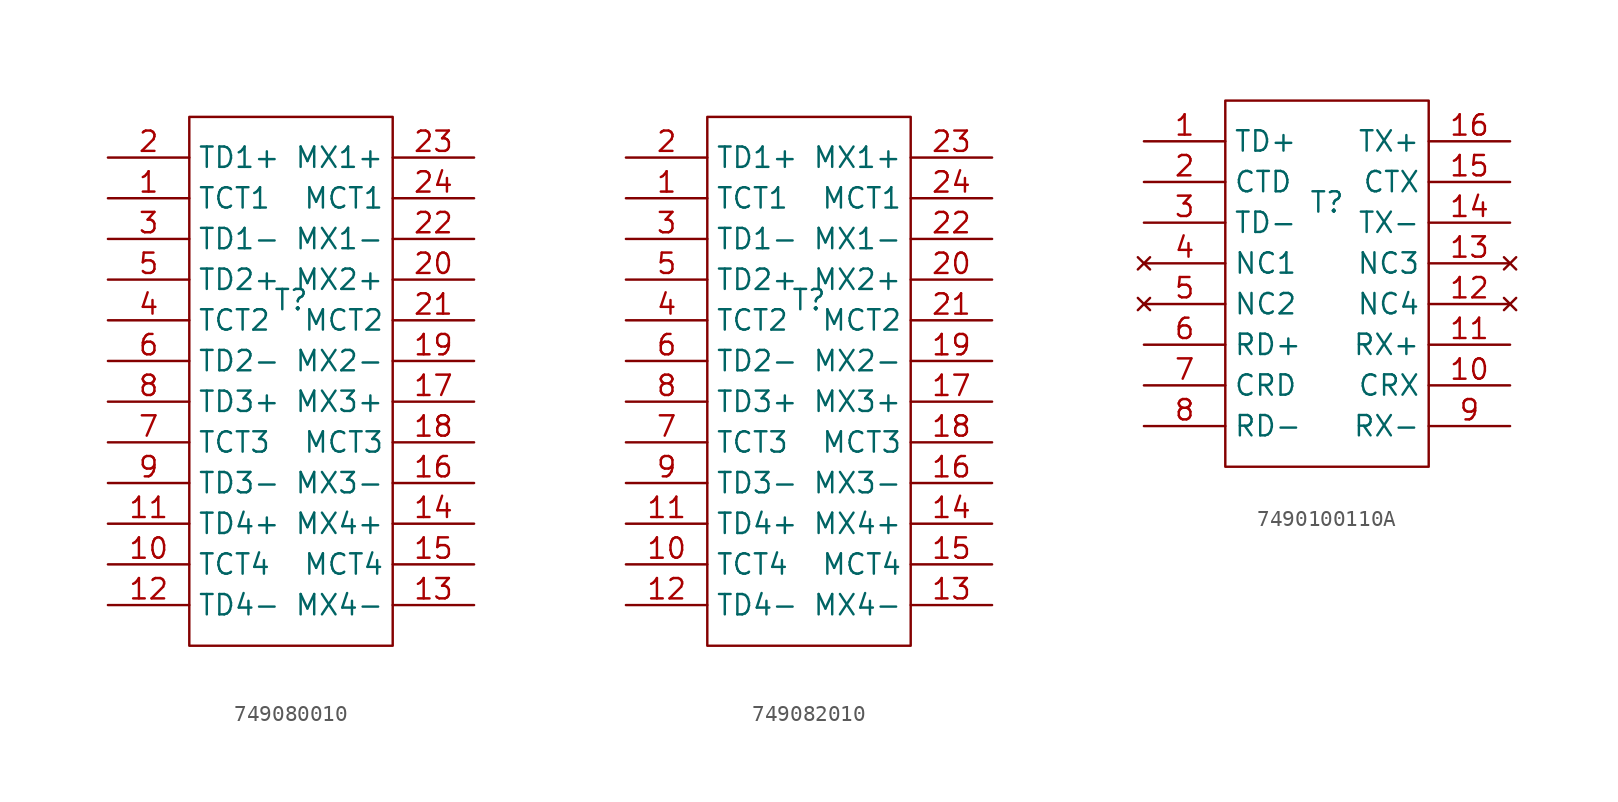
<source format=kicad_sym>
(kicad_symbol_lib
  (version 20220914)
  (generator kicad_symbol_editor)
  (symbol "749080010"
    (property "Reference" "T"
      (at 0 5.08 0)
      (effects (font (size 1.27 1.27))))
    (property "Critical Parameter" ""
      (at 0 -5.08 0)
      (effects (font (size 1.27 1.27)) (justify left)))
    (symbol "749080010_0_1"
      (rectangle (start -6.35 16.51) (end 6.35 -16.51) (stroke (width 0) (type default)) (fill (type none))))
    (symbol "749080010_1_1"
      (pin passive line (at -11.43 11.43 0) (length 5.08) (name "TCT1" (effects (font (size 1.27 1.27)))) (number "1" (effects (font (size 1.27 1.27)))))
      (pin passive line (at -11.43 -11.43 0) (length 5.08) (name "TCT4" (effects (font (size 1.27 1.27)))) (number "10" (effects (font (size 1.27 1.27)))))
      (pin passive line (at -11.43 -8.89 0) (length 5.08) (name "TD4+" (effects (font (size 1.27 1.27)))) (number "11" (effects (font (size 1.27 1.27)))))
      (pin passive line (at -11.43 -13.97 0) (length 5.08) (name "TD4-" (effects (font (size 1.27 1.27)))) (number "12" (effects (font (size 1.27 1.27)))))
      (pin passive line (at 11.43 -13.97 180) (length 5.08) (name "MX4-" (effects (font (size 1.27 1.27)))) (number "13" (effects (font (size 1.27 1.27)))))
      (pin passive line (at 11.43 -8.89 180) (length 5.08) (name "MX4+" (effects (font (size 1.27 1.27)))) (number "14" (effects (font (size 1.27 1.27)))))
      (pin passive line (at 11.43 -11.43 180) (length 5.08) (name "MCT4" (effects (font (size 1.27 1.27)))) (number "15" (effects (font (size 1.27 1.27)))))
      (pin passive line (at 11.43 -6.35 180) (length 5.08) (name "MX3-" (effects (font (size 1.27 1.27)))) (number "16" (effects (font (size 1.27 1.27)))))
      (pin passive line (at 11.43 -1.27 180) (length 5.08) (name "MX3+" (effects (font (size 1.27 1.27)))) (number "17" (effects (font (size 1.27 1.27)))))
      (pin passive line (at 11.43 -3.81 180) (length 5.08) (name "MCT3" (effects (font (size 1.27 1.27)))) (number "18" (effects (font (size 1.27 1.27)))))
      (pin passive line (at 11.43 1.27 180) (length 5.08) (name "MX2-" (effects (font (size 1.27 1.27)))) (number "19" (effects (font (size 1.27 1.27)))))
      (pin passive line (at -11.43 13.97 0) (length 5.08) (name "TD1+" (effects (font (size 1.27 1.27)))) (number "2" (effects (font (size 1.27 1.27)))))
      (pin passive line (at 11.43 6.35 180) (length 5.08) (name "MX2+" (effects (font (size 1.27 1.27)))) (number "20" (effects (font (size 1.27 1.27)))))
      (pin passive line (at 11.43 3.81 180) (length 5.08) (name "MCT2" (effects (font (size 1.27 1.27)))) (number "21" (effects (font (size 1.27 1.27)))))
      (pin passive line (at 11.43 8.89 180) (length 5.08) (name "MX1-" (effects (font (size 1.27 1.27)))) (number "22" (effects (font (size 1.27 1.27)))))
      (pin passive line (at 11.43 13.97 180) (length 5.08) (name "MX1+" (effects (font (size 1.27 1.27)))) (number "23" (effects (font (size 1.27 1.27)))))
      (pin passive line (at 11.43 11.43 180) (length 5.08) (name "MCT1" (effects (font (size 1.27 1.27)))) (number "24" (effects (font (size 1.27 1.27)))))
      (pin passive line (at -11.43 8.89 0) (length 5.08) (name "TD1-" (effects (font (size 1.27 1.27)))) (number "3" (effects (font (size 1.27 1.27)))))
      (pin passive line (at -11.43 3.81 0) (length 5.08) (name "TCT2" (effects (font (size 1.27 1.27)))) (number "4" (effects (font (size 1.27 1.27)))))
      (pin passive line (at -11.43 6.35 0) (length 5.08) (name "TD2+" (effects (font (size 1.27 1.27)))) (number "5" (effects (font (size 1.27 1.27)))))
      (pin passive line (at -11.43 1.27 0) (length 5.08) (name "TD2-" (effects (font (size 1.27 1.27)))) (number "6" (effects (font (size 1.27 1.27)))))
      (pin passive line (at -11.43 -3.81 0) (length 5.08) (name "TCT3" (effects (font (size 1.27 1.27)))) (number "7" (effects (font (size 1.27 1.27)))))
      (pin passive line (at -11.43 -1.27 0) (length 5.08) (name "TD3+" (effects (font (size 1.27 1.27)))) (number "8" (effects (font (size 1.27 1.27)))))
      (pin passive line (at -11.43 -6.35 0) (length 5.08) (name "TD3-" (effects (font (size 1.27 1.27)))) (number "9" (effects (font (size 1.27 1.27)))))))
  (symbol "749082010"
    (property "Reference" "T"
      (at 0 5.08 0)
      (effects (font (size 1.27 1.27))))
    (property "Critical Parameter" ""
      (at 0 -5.08 0)
      (effects (font (size 1.27 1.27)) (justify left)))
    (symbol "749082010_0_1"
      (rectangle (start -6.35 16.51) (end 6.35 -16.51) (stroke (width 0) (type default)) (fill (type none))))
    (symbol "749082010_1_1"
      (pin passive line (at -11.43 11.43 0) (length 5.08) (name "TCT1" (effects (font (size 1.27 1.27)))) (number "1" (effects (font (size 1.27 1.27)))))
      (pin passive line (at -11.43 -11.43 0) (length 5.08) (name "TCT4" (effects (font (size 1.27 1.27)))) (number "10" (effects (font (size 1.27 1.27)))))
      (pin passive line (at -11.43 -8.89 0) (length 5.08) (name "TD4+" (effects (font (size 1.27 1.27)))) (number "11" (effects (font (size 1.27 1.27)))))
      (pin passive line (at -11.43 -13.97 0) (length 5.08) (name "TD4-" (effects (font (size 1.27 1.27)))) (number "12" (effects (font (size 1.27 1.27)))))
      (pin passive line (at 11.43 -13.97 180) (length 5.08) (name "MX4-" (effects (font (size 1.27 1.27)))) (number "13" (effects (font (size 1.27 1.27)))))
      (pin passive line (at 11.43 -8.89 180) (length 5.08) (name "MX4+" (effects (font (size 1.27 1.27)))) (number "14" (effects (font (size 1.27 1.27)))))
      (pin passive line (at 11.43 -11.43 180) (length 5.08) (name "MCT4" (effects (font (size 1.27 1.27)))) (number "15" (effects (font (size 1.27 1.27)))))
      (pin passive line (at 11.43 -6.35 180) (length 5.08) (name "MX3-" (effects (font (size 1.27 1.27)))) (number "16" (effects (font (size 1.27 1.27)))))
      (pin passive line (at 11.43 -1.27 180) (length 5.08) (name "MX3+" (effects (font (size 1.27 1.27)))) (number "17" (effects (font (size 1.27 1.27)))))
      (pin passive line (at 11.43 -3.81 180) (length 5.08) (name "MCT3" (effects (font (size 1.27 1.27)))) (number "18" (effects (font (size 1.27 1.27)))))
      (pin passive line (at 11.43 1.27 180) (length 5.08) (name "MX2-" (effects (font (size 1.27 1.27)))) (number "19" (effects (font (size 1.27 1.27)))))
      (pin passive line (at -11.43 13.97 0) (length 5.08) (name "TD1+" (effects (font (size 1.27 1.27)))) (number "2" (effects (font (size 1.27 1.27)))))
      (pin passive line (at 11.43 6.35 180) (length 5.08) (name "MX2+" (effects (font (size 1.27 1.27)))) (number "20" (effects (font (size 1.27 1.27)))))
      (pin passive line (at 11.43 3.81 180) (length 5.08) (name "MCT2" (effects (font (size 1.27 1.27)))) (number "21" (effects (font (size 1.27 1.27)))))
      (pin passive line (at 11.43 8.89 180) (length 5.08) (name "MX1-" (effects (font (size 1.27 1.27)))) (number "22" (effects (font (size 1.27 1.27)))))
      (pin passive line (at 11.43 13.97 180) (length 5.08) (name "MX1+" (effects (font (size 1.27 1.27)))) (number "23" (effects (font (size 1.27 1.27)))))
      (pin passive line (at 11.43 11.43 180) (length 5.08) (name "MCT1" (effects (font (size 1.27 1.27)))) (number "24" (effects (font (size 1.27 1.27)))))
      (pin passive line (at -11.43 8.89 0) (length 5.08) (name "TD1-" (effects (font (size 1.27 1.27)))) (number "3" (effects (font (size 1.27 1.27)))))
      (pin passive line (at -11.43 3.81 0) (length 5.08) (name "TCT2" (effects (font (size 1.27 1.27)))) (number "4" (effects (font (size 1.27 1.27)))))
      (pin passive line (at -11.43 6.35 0) (length 5.08) (name "TD2+" (effects (font (size 1.27 1.27)))) (number "5" (effects (font (size 1.27 1.27)))))
      (pin passive line (at -11.43 1.27 0) (length 5.08) (name "TD2-" (effects (font (size 1.27 1.27)))) (number "6" (effects (font (size 1.27 1.27)))))
      (pin passive line (at -11.43 -3.81 0) (length 5.08) (name "TCT3" (effects (font (size 1.27 1.27)))) (number "7" (effects (font (size 1.27 1.27)))))
      (pin passive line (at -11.43 -1.27 0) (length 5.08) (name "TD3+" (effects (font (size 1.27 1.27)))) (number "8" (effects (font (size 1.27 1.27)))))
      (pin passive line (at -11.43 -6.35 0) (length 5.08) (name "TD3-" (effects (font (size 1.27 1.27)))) (number "9" (effects (font (size 1.27 1.27)))))))
  (symbol "7490100110A"
    (property "Reference" "T"
      (at 0 5.08 0)
      (effects (font (size 1.27 1.27))))
    (property "Critical Parameter" ""
      (at 0 -5.08 0)
      (effects (font (size 1.27 1.27)) (justify left)))
    (symbol "7490100110A_0_1"
      (rectangle (start -6.35 11.43) (end 6.35 -11.43) (stroke (width 0) (type default)) (fill (type none))))
    (symbol "7490100110A_1_1"
      (pin passive line (at -11.43 8.89 0) (length 5.08) (name "TD+" (effects (font (size 1.27 1.27)))) (number "1" (effects (font (size 1.27 1.27)))))
      (pin passive line (at 11.43 -6.35 180) (length 5.08) (name "CRX" (effects (font (size 1.27 1.27)))) (number "10" (effects (font (size 1.27 1.27)))))
      (pin passive line (at 11.43 -3.81 180) (length 5.08) (name "RX+" (effects (font (size 1.27 1.27)))) (number "11" (effects (font (size 1.27 1.27)))))
      (pin no_connect line (at 11.43 -1.27 180) (length 5.08) (name "NC4" (effects (font (size 1.27 1.27)))) (number "12" (effects (font (size 1.27 1.27)))))
      (pin no_connect line (at 11.43 1.27 180) (length 5.08) (name "NC3" (effects (font (size 1.27 1.27)))) (number "13" (effects (font (size 1.27 1.27)))))
      (pin passive line (at 11.43 3.81 180) (length 5.08) (name "TX-" (effects (font (size 1.27 1.27)))) (number "14" (effects (font (size 1.27 1.27)))))
      (pin passive line (at 11.43 6.35 180) (length 5.08) (name "CTX" (effects (font (size 1.27 1.27)))) (number "15" (effects (font (size 1.27 1.27)))))
      (pin passive line (at 11.43 8.89 180) (length 5.08) (name "TX+" (effects (font (size 1.27 1.27)))) (number "16" (effects (font (size 1.27 1.27)))))
      (pin passive line (at -11.43 6.35 0) (length 5.08) (name "CTD" (effects (font (size 1.27 1.27)))) (number "2" (effects (font (size 1.27 1.27)))))
      (pin passive line (at -11.43 3.81 0) (length 5.08) (name "TD-" (effects (font (size 1.27 1.27)))) (number "3" (effects (font (size 1.27 1.27)))))
      (pin no_connect line (at -11.43 1.27 0) (length 5.08) (name "NC1" (effects (font (size 1.27 1.27)))) (number "4" (effects (font (size 1.27 1.27)))))
      (pin no_connect line (at -11.43 -1.27 0) (length 5.08) (name "NC2" (effects (font (size 1.27 1.27)))) (number "5" (effects (font (size 1.27 1.27)))))
      (pin passive line (at -11.43 -3.81 0) (length 5.08) (name "RD+" (effects (font (size 1.27 1.27)))) (number "6" (effects (font (size 1.27 1.27)))))
      (pin passive line (at -11.43 -6.35 0) (length 5.08) (name "CRD" (effects (font (size 1.27 1.27)))) (number "7" (effects (font (size 1.27 1.27)))))
      (pin passive line (at -11.43 -8.89 0) (length 5.08) (name "RD-" (effects (font (size 1.27 1.27)))) (number "8" (effects (font (size 1.27 1.27)))))
      (pin passive line (at 11.43 -8.89 180) (length 5.08) (name "RX-" (effects (font (size 1.27 1.27)))) (number "9" (effects (font (size 1.27 1.27))))))))
</source>
